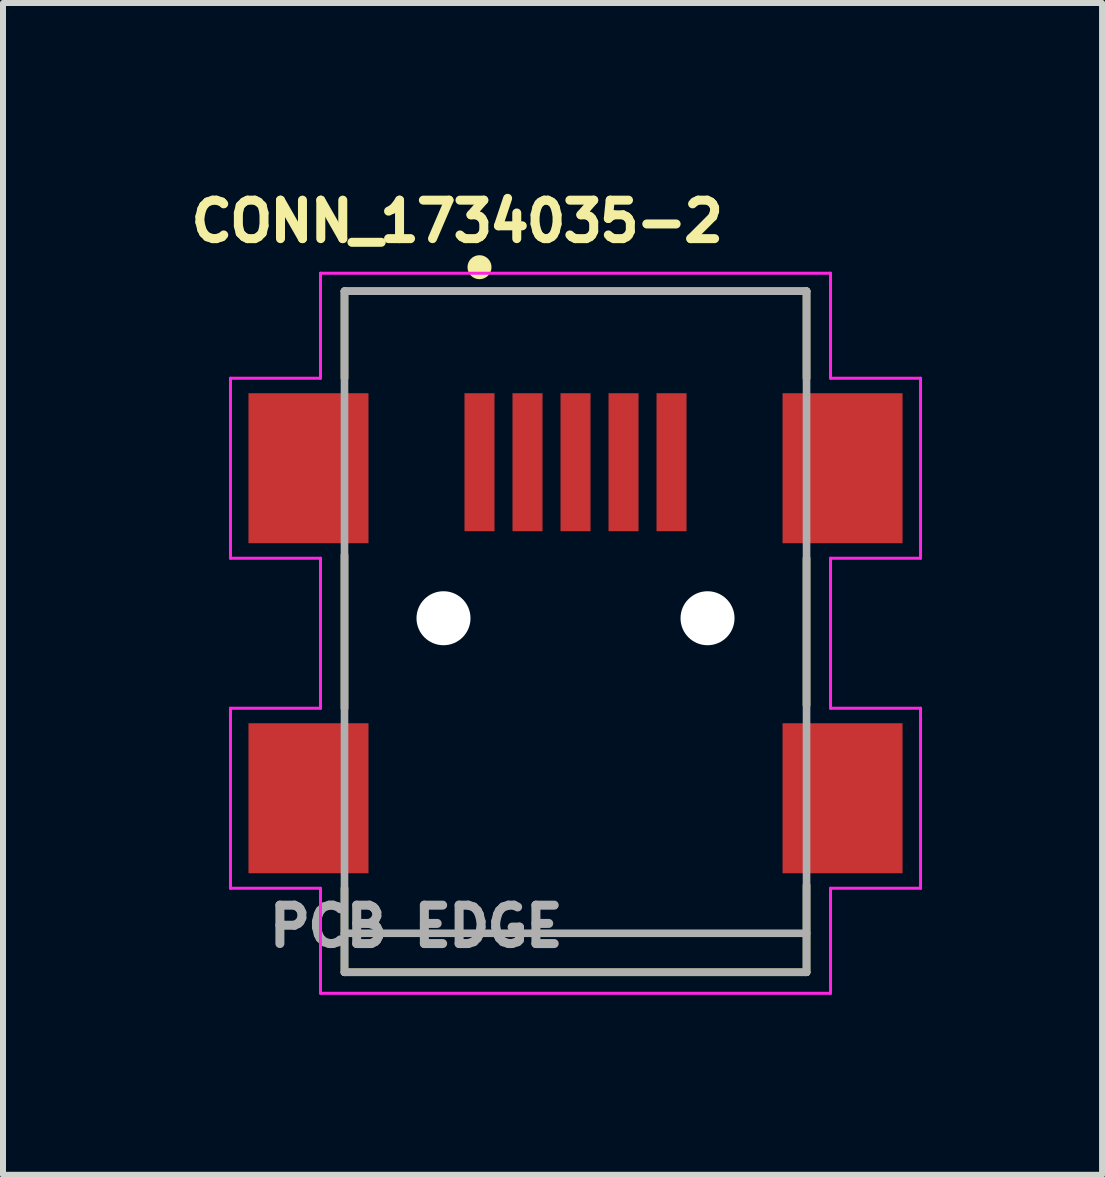
<source format=kicad_pcb>
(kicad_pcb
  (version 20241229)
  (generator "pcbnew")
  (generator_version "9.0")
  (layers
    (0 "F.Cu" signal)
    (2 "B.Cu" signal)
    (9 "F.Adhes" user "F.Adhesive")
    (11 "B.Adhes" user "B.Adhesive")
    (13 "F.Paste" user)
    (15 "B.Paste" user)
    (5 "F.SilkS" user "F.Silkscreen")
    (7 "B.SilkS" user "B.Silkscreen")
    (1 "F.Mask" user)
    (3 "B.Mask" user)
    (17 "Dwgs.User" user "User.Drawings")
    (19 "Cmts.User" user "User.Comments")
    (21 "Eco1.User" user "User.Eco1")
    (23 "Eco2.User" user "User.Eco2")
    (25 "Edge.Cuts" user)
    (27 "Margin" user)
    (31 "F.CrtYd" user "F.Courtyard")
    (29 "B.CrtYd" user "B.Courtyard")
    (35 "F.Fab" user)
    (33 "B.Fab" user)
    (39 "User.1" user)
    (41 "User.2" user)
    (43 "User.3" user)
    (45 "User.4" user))
  (footprint "CONN_1734035-2"
    (layer "F.Cu")
    (at 6.541 7.253)
    (property "Reference" "CONN_1734035-2" (at -1.971 -6.615 0) (layer "F.SilkS") (effects (font (size 0.641 0.641) (thickness 0.15))))
    (attr smd)
    (fp_line (start -3.85 -5.45) (end 3.85 -5.45) (stroke (width 0.127) (type solid)) (layer "F.SilkS"))
    (fp_line (start -3.85 -4) (end -3.85 -5.45) (stroke (width 0.127) (type solid)) (layer "F.SilkS"))
    (fp_line (start -3.85 -1.05) (end -3.85 1.5) (stroke (width 0.127) (type solid)) (layer "F.SilkS"))
    (fp_line (start -3.85 4.5) (end -3.85 5.9) (stroke (width 0.127) (type solid)) (layer "F.SilkS"))
    (fp_line (start -3.85 5.9) (end 3.85 5.9) (stroke (width 0.127) (type solid)) (layer "F.SilkS"))
    (fp_line (start 3.85 -5.45) (end 3.85 -4) (stroke (width 0.127) (type solid)) (layer "F.SilkS"))
    (fp_line (start 3.85 -1) (end 3.85 1.45) (stroke (width 0.127) (type solid)) (layer "F.SilkS"))
    (fp_line (start 3.85 5.9) (end 3.85 4.45) (stroke (width 0.127) (type solid)) (layer "F.SilkS"))
    (fp_circle (center -1.6 -5.85) (end -1.5 -5.85) (stroke (width 0.2) (type solid)) (fill no) (layer "F.SilkS"))
    (fp_line (start -5.75 -4) (end -5.75 -1) (stroke (width 0.05) (type solid)) (layer "F.CrtYd"))
    (fp_line (start -5.75 -1) (end -4.25 -1) (stroke (width 0.05) (type solid)) (layer "F.CrtYd"))
    (fp_line (start -5.75 1.5) (end -5.75 4.5) (stroke (width 0.05) (type solid)) (layer "F.CrtYd"))
    (fp_line (start -5.75 4.5) (end -4.25 4.5) (stroke (width 0.05) (type solid)) (layer "F.CrtYd"))
    (fp_line (start -4.25 -5.75) (end -4.25 -4) (stroke (width 0.05) (type solid)) (layer "F.CrtYd"))
    (fp_line (start -4.25 -4) (end -5.75 -4) (stroke (width 0.05) (type solid)) (layer "F.CrtYd"))
    (fp_line (start -4.25 -1) (end -4.25 1.5) (stroke (width 0.05) (type solid)) (layer "F.CrtYd"))
    (fp_line (start -4.25 1.5) (end -5.75 1.5) (stroke (width 0.05) (type solid)) (layer "F.CrtYd"))
    (fp_line (start -4.25 4.5) (end -4.25 6.25) (stroke (width 0.05) (type solid)) (layer "F.CrtYd"))
    (fp_line (start -4.25 6.25) (end 4.25 6.25) (stroke (width 0.05) (type solid)) (layer "F.CrtYd"))
    (fp_line (start 4.25 -5.75) (end -4.25 -5.75) (stroke (width 0.05) (type solid)) (layer "F.CrtYd"))
    (fp_line (start 4.25 -4) (end 4.25 -5.75) (stroke (width 0.05) (type solid)) (layer "F.CrtYd"))
    (fp_line (start 4.25 -1) (end 5.75 -1) (stroke (width 0.05) (type solid)) (layer "F.CrtYd"))
    (fp_line (start 4.25 1.5) (end 4.25 -1) (stroke (width 0.05) (type solid)) (layer "F.CrtYd"))
    (fp_line (start 4.25 4.5) (end 5.75 4.5) (stroke (width 0.05) (type solid)) (layer "F.CrtYd"))
    (fp_line (start 4.25 6.25) (end 4.25 4.5) (stroke (width 0.05) (type solid)) (layer "F.CrtYd"))
    (fp_line (start 5.75 -4) (end 4.25 -4) (stroke (width 0.05) (type solid)) (layer "F.CrtYd"))
    (fp_line (start 5.75 -1) (end 5.75 -4) (stroke (width 0.05) (type solid)) (layer "F.CrtYd"))
    (fp_line (start 5.75 1.5) (end 4.25 1.5) (stroke (width 0.05) (type solid)) (layer "F.CrtYd"))
    (fp_line (start 5.75 4.5) (end 5.75 1.5) (stroke (width 0.05) (type solid)) (layer "F.CrtYd"))
    (fp_line (start -3.85 -5.45) (end -3.85 5.25) (stroke (width 0.127) (type solid)) (layer "F.Fab"))
    (fp_line (start -3.85 5.25) (end 3.85 5.25) (stroke (width 0.127) (type solid)) (layer "F.Fab"))
    (fp_line (start -3.85 5.9) (end -3.85 5.25) (stroke (width 0.127) (type solid)) (layer "F.Fab"))
    (fp_line (start -3.85 5.9) (end 3.85 5.9) (stroke (width 0.127) (type solid)) (layer "F.Fab"))
    (fp_line (start 3.85 -5.45) (end -3.85 -5.45) (stroke (width 0.127) (type solid)) (layer "F.Fab"))
    (fp_line (start 3.85 5.25) (end 3.85 -5.45) (stroke (width 0.127) (type solid)) (layer "F.Fab"))
    (fp_line (start 3.85 5.25) (end 3.85 5.9) (stroke (width 0.127) (type solid)) (layer "F.Fab"))
    (fp_text user "PCB EDGE" (at -2.656 5.133 0) (layer "F.Fab") (effects (font (size 0.64 0.64) (thickness 0.15))))
    (pad "" np_thru_hole circle (at -2.2 0) (size 0.9 0.9) (drill 0.9) (layers "*.Cu" "*.Mask"))
    (pad "" np_thru_hole circle (at 2.2 0) (size 0.9 0.9) (drill 0.9) (layers "*.Cu" "*.Mask"))
    (pad "1" smd rect (at -1.6 -2.6) (size 0.5 2.3) (layers "F.Cu" "F.Mask" "F.Paste"))
    (pad "2" smd rect (at -0.8 -2.6) (size 0.5 2.3) (layers "F.Cu" "F.Mask" "F.Paste"))
    (pad "3" smd rect (at 0 -2.6) (size 0.5 2.3) (layers "F.Cu" "F.Mask" "F.Paste"))
    (pad "4" smd rect (at 0.8 -2.6) (size 0.5 2.3) (layers "F.Cu" "F.Mask" "F.Paste"))
    (pad "5" smd rect (at 1.6 -2.6) (size 0.5 2.3) (layers "F.Cu" "F.Mask" "F.Paste"))
    (pad "S1" smd rect (at -4.45 -2.5) (size 2 2.5) (layers "F.Cu" "F.Mask" "F.Paste"))
    (pad "S2" smd rect (at 4.45 -2.5) (size 2 2.5) (layers "F.Cu" "F.Mask" "F.Paste"))
    (pad "S3" smd rect (at -4.45 3) (size 2 2.5) (layers "F.Cu" "F.Mask" "F.Paste"))
    (pad "S4" smd rect (at 4.45 3) (size 2 2.5) (layers "F.Cu" "F.Mask" "F.Paste")))
  (gr_rect
    (start -3 -3)
    (end 15.316 16.528)
    (stroke (width 0.1) (type default))
    (fill no)
    (layer "Edge.Cuts")))
</source>
